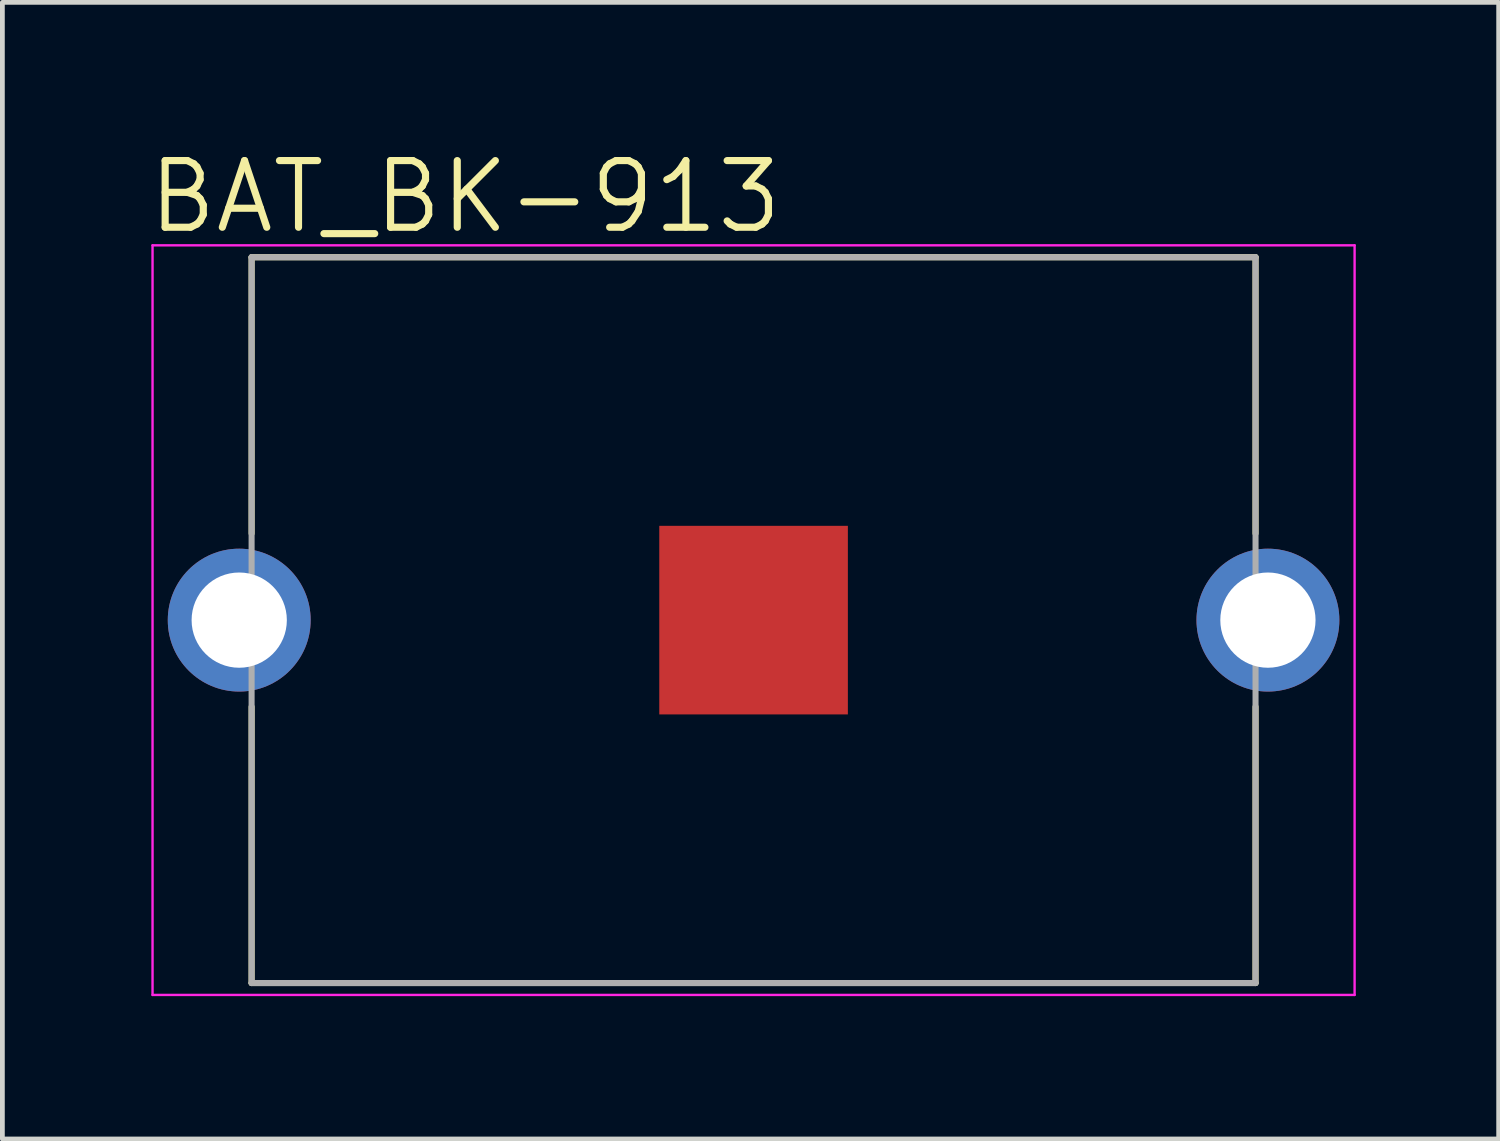
<source format=kicad_pcb>
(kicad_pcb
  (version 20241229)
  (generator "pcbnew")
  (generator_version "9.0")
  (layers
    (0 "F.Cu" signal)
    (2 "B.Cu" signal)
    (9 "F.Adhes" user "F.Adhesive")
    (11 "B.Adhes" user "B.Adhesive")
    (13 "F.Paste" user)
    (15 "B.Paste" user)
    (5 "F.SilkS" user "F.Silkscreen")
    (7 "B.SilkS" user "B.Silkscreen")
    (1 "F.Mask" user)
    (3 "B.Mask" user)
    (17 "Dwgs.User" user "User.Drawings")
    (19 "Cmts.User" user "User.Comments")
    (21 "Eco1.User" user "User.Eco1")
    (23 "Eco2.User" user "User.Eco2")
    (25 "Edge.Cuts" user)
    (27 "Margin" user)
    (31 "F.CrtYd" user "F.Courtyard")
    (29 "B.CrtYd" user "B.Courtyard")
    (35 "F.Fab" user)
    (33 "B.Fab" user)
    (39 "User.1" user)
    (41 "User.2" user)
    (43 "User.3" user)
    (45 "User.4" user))
  (footprint "BAT_BK-913"
    (layer "F.Cu")
    (at 12.773 9.971)
    (property "Reference" "BAT_BK-913" (at -6.055 -8.889 0) (layer "F.SilkS") (effects (font (size 1.4 1.4) (thickness 0.15))))
    (attr through_hole)
    (fp_line (start -10.54 -7.62) (end 10.54 -7.62) (stroke (width 0.127) (type solid)) (layer "F.SilkS"))
    (fp_line (start -10.54 -1.82) (end -10.54 -7.62) (stroke (width 0.127) (type solid)) (layer "F.SilkS"))
    (fp_line (start -10.54 1.82) (end -10.54 7.62) (stroke (width 0.127) (type solid)) (layer "F.SilkS"))
    (fp_line (start -10.54 7.62) (end 10.54 7.62) (stroke (width 0.127) (type solid)) (layer "F.SilkS"))
    (fp_line (start 10.54 -7.62) (end 10.54 -1.82) (stroke (width 0.127) (type solid)) (layer "F.SilkS"))
    (fp_line (start 10.54 7.62) (end 10.54 1.82) (stroke (width 0.127) (type solid)) (layer "F.SilkS"))
    (fp_line (start -12.62 -7.87) (end 12.62 -7.87) (stroke (width 0.05) (type solid)) (layer "F.CrtYd"))
    (fp_line (start -12.62 7.87) (end -12.62 -7.87) (stroke (width 0.05) (type solid)) (layer "F.CrtYd"))
    (fp_line (start 12.62 -7.87) (end 12.62 7.87) (stroke (width 0.05) (type solid)) (layer "F.CrtYd"))
    (fp_line (start 12.62 7.87) (end -12.62 7.87) (stroke (width 0.05) (type solid)) (layer "F.CrtYd"))
    (fp_line (start -10.54 -7.62) (end 10.54 -7.62) (stroke (width 0.127) (type solid)) (layer "F.Fab"))
    (fp_line (start -10.54 7.62) (end -10.54 -7.62) (stroke (width 0.127) (type solid)) (layer "F.Fab"))
    (fp_line (start 10.54 -7.62) (end 10.54 7.62) (stroke (width 0.127) (type solid)) (layer "F.Fab"))
    (fp_line (start 10.54 7.62) (end -10.54 7.62) (stroke (width 0.127) (type solid)) (layer "F.Fab"))
    (pad "-" smd rect (at 0 0) (size 3.96 3.96) (layers "F.Cu" "F.Mask"))
    (pad "S+1" thru_hole circle (at -10.8 0) (size 3 3) (drill 2) (layers "*.Cu" "*.Mask"))
    (pad "S+2" thru_hole circle (at 10.8 0) (size 3 3) (drill 2) (layers "*.Cu" "*.Mask")))
  (gr_rect
    (start -3 -3)
    (end 28.418 20.866)
    (stroke (width 0.1) (type default))
    (fill no)
    (layer "Edge.Cuts")))
</source>
